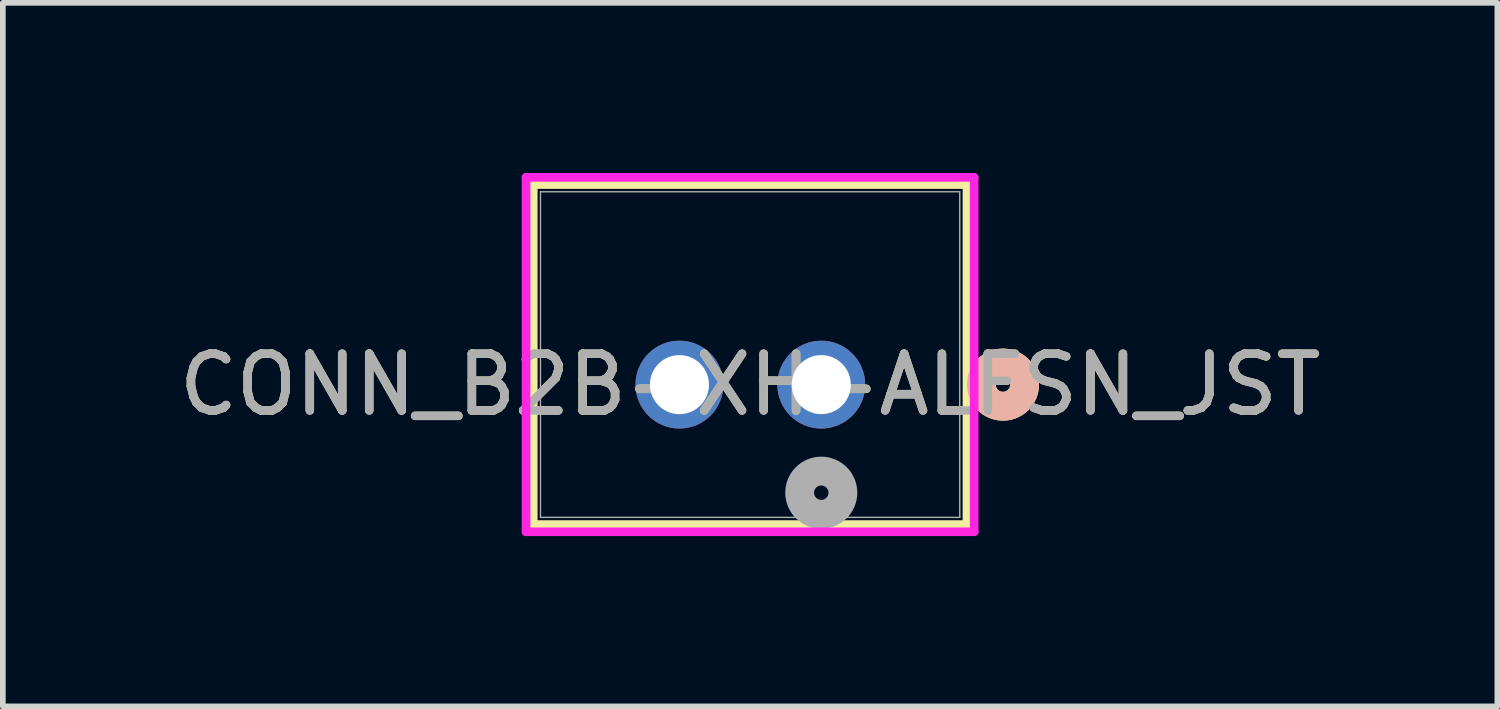
<source format=kicad_pcb>
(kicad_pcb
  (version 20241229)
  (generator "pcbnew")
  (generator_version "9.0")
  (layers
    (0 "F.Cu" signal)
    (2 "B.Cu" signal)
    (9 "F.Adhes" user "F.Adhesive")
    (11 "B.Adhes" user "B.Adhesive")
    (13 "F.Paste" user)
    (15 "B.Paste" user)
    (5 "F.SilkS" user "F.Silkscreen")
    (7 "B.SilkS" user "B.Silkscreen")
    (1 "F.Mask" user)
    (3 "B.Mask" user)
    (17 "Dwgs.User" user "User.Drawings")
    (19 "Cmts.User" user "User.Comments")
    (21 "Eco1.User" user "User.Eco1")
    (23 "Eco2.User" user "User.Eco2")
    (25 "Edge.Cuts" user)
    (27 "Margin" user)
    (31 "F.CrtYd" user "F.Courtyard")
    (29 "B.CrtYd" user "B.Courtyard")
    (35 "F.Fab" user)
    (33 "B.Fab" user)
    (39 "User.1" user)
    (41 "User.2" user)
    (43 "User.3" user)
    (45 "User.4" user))
  (footprint "CONN_B2B-XH-ALFSN_JST"
    (layer "F.Cu")
    (at 11.427 3.73)
    (property "Reference" "CONN_B2B-XH-ALFSN_JST" (at -1.254 0 0) (unlocked yes) (layer "F.SilkS") (effects (font (size 1 1) (thickness 0.15))))
    (attr through_hole)
    (fp_line (start -5.077 -3.527) (end -5.077 2.467) (stroke (width 0.152) (type solid)) (layer "F.SilkS"))
    (fp_line (start -5.077 2.467) (end 2.568 2.467) (stroke (width 0.152) (type solid)) (layer "F.SilkS"))
    (fp_line (start 2.568 -3.527) (end -5.077 -3.527) (stroke (width 0.152) (type solid)) (layer "F.SilkS"))
    (fp_line (start 2.568 2.467) (end 2.568 -3.527) (stroke (width 0.152) (type solid)) (layer "F.SilkS"))
    (fp_circle (center 3.203 0) (end 3.584 0) (stroke (width 0.508) (type solid)) (fill no) (layer "F.SilkS"))
    (fp_circle (center 3.203 0) (end 3.584 0) (stroke (width 0.508) (type solid)) (fill no) (layer "B.SilkS"))
    (fp_line (start -5.204 -3.654) (end -5.204 2.594) (stroke (width 0.152) (type solid)) (layer "F.CrtYd"))
    (fp_line (start -5.204 2.594) (end 2.695 2.594) (stroke (width 0.152) (type solid)) (layer "F.CrtYd"))
    (fp_line (start 2.695 -3.654) (end -5.204 -3.654) (stroke (width 0.152) (type solid)) (layer "F.CrtYd"))
    (fp_line (start 2.695 2.594) (end 2.695 -3.654) (stroke (width 0.152) (type solid)) (layer "F.CrtYd"))
    (fp_line (start -4.95 -3.4) (end -4.95 2.34) (stroke (width 0.025) (type solid)) (layer "F.Fab"))
    (fp_line (start -4.95 2.34) (end 2.441 2.34) (stroke (width 0.025) (type solid)) (layer "F.Fab"))
    (fp_line (start 2.441 -3.4) (end -4.95 -3.4) (stroke (width 0.025) (type solid)) (layer "F.Fab"))
    (fp_line (start 2.441 2.34) (end 2.441 -3.4) (stroke (width 0.025) (type solid)) (layer "F.Fab"))
    (fp_circle (center 0 1.905) (end 0.381 1.905) (stroke (width 0.508) (type solid)) (fill no) (layer "F.Fab"))
    (fp_text user "${REFERENCE}" (at -1.254 0 0) (unlocked yes) (layer "F.Fab") (effects (font (size 1 1) (thickness 0.15))))
    (pad "1" thru_hole circle (at 0 0) (size 1.549 1.549) (drill 1.041) (layers "*.Cu" "*.Mask"))
    (pad "2" thru_hole circle (at -2.5 0) (size 1.549 1.549) (drill 1.041) (layers "*.Cu" "*.Mask")))
  (gr_rect
    (start -3 -3)
    (end 23.345 9.401)
    (stroke (width 0.1) (type default))
    (fill no)
    (layer "Edge.Cuts")))
</source>
